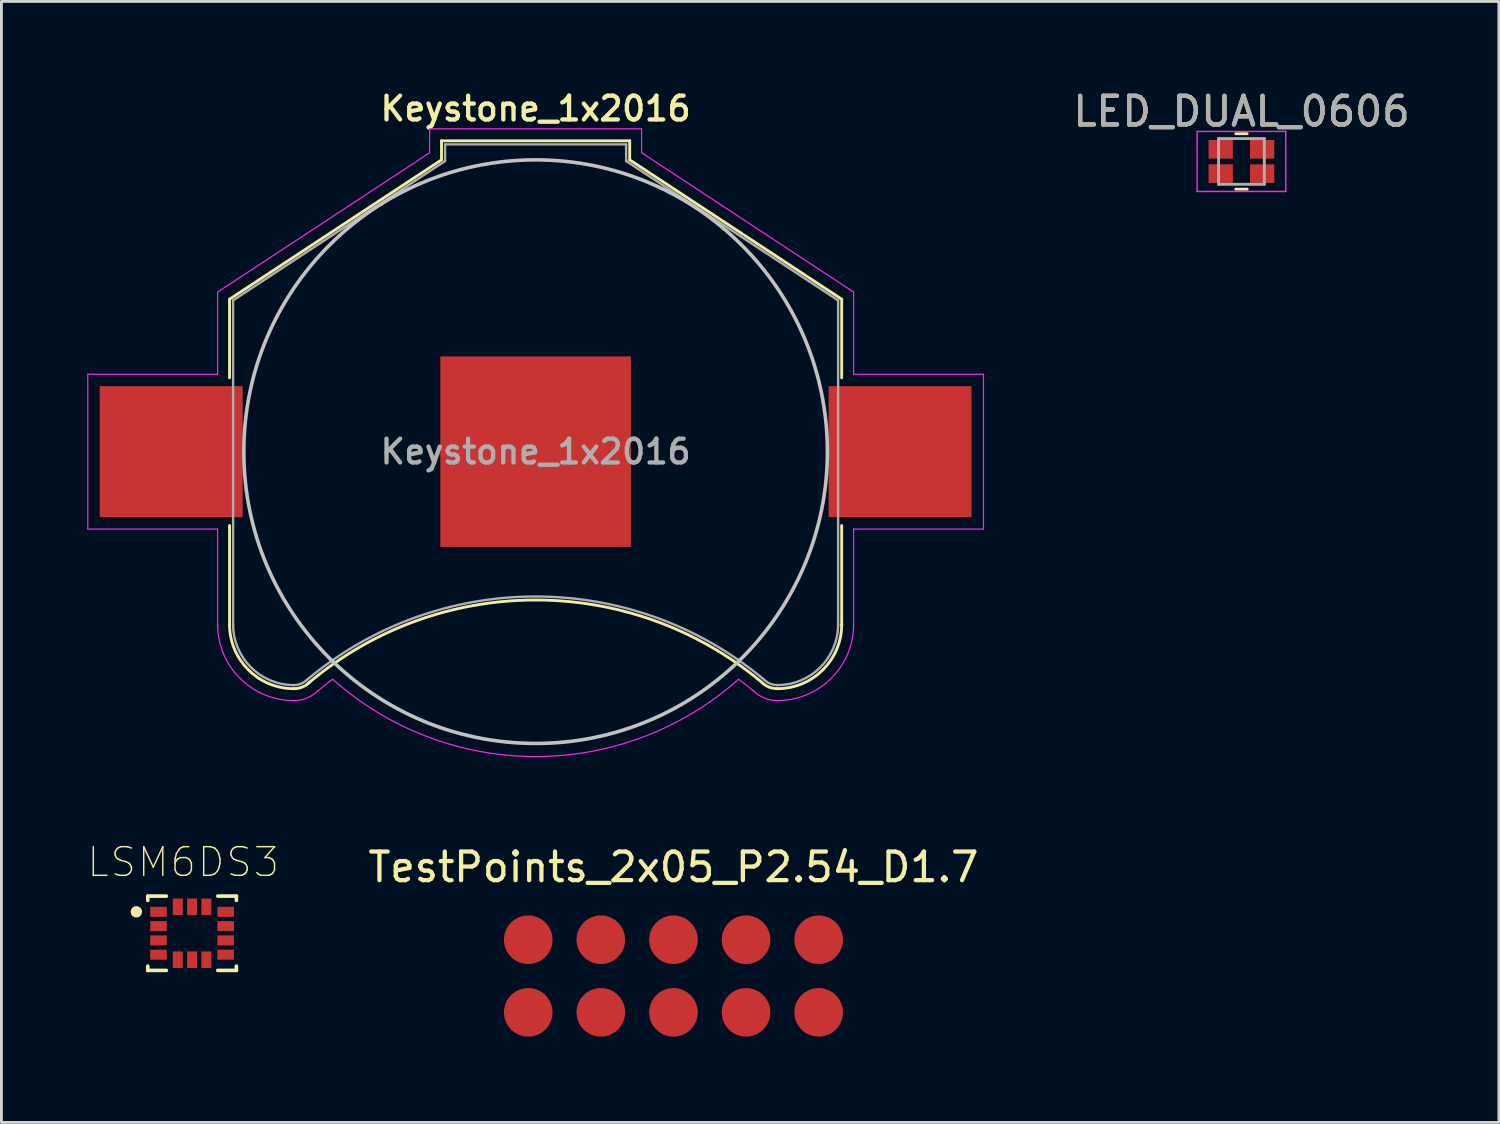
<source format=kicad_pcb>
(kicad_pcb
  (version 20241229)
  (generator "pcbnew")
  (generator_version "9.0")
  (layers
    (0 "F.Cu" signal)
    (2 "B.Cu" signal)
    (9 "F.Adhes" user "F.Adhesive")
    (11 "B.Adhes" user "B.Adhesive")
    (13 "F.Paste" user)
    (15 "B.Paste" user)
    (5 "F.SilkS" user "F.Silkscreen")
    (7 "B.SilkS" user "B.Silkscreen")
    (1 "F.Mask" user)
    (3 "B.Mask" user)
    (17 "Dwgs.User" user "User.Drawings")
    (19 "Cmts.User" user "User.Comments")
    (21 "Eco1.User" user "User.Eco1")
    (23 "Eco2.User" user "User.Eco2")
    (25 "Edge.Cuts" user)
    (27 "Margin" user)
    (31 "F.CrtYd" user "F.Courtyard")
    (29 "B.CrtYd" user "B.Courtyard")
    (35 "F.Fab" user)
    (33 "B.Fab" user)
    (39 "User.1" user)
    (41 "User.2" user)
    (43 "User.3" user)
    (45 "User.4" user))
  (footprint "LSM6DS3"
    (layer "F.Cu")
    (at 3.67 29.599)
    (property "Reference" "LSM6DS3" (at -0.31 -2.488 0) (layer "F.SilkS") (effects (font (size 1.001 1.001) (thickness 0.05))))
    (attr smd)
    (fp_line (start -1.55 -1.3) (end -1.55 -1.15) (stroke (width 0.127) (type solid)) (layer "F.SilkS"))
    (fp_line (start -1.55 1.15) (end -1.55 1.3) (stroke (width 0.127) (type solid)) (layer "F.SilkS"))
    (fp_line (start -1.55 1.3) (end -0.9 1.3) (stroke (width 0.127) (type solid)) (layer "F.SilkS"))
    (fp_line (start -0.9 -1.3) (end -1.55 -1.3) (stroke (width 0.127) (type solid)) (layer "F.SilkS"))
    (fp_line (start 0.9 -1.3) (end 1.55 -1.3) (stroke (width 0.127) (type solid)) (layer "F.SilkS"))
    (fp_line (start 1.55 -1.3) (end 1.55 -1.15) (stroke (width 0.127) (type solid)) (layer "F.SilkS"))
    (fp_line (start 1.55 1.15) (end 1.55 1.3) (stroke (width 0.127) (type solid)) (layer "F.SilkS"))
    (fp_line (start 1.55 1.3) (end 0.9 1.3) (stroke (width 0.127) (type solid)) (layer "F.SilkS"))
    (fp_circle (center -1.95 -0.75) (end -1.85 -0.75) (stroke (width 0.2) (type solid)) (fill no) (layer "F.SilkS"))
    (fp_line (start -1.8 -1.55) (end 1.8 -1.55) (stroke (width 0.05) (type solid)) (layer "Eco1.User"))
    (fp_line (start -1.8 1.55) (end -1.8 -1.55) (stroke (width 0.05) (type solid)) (layer "Eco1.User"))
    (fp_line (start 1.8 -1.55) (end 1.8 1.55) (stroke (width 0.05) (type solid)) (layer "Eco1.User"))
    (fp_line (start 1.8 1.55) (end -1.8 1.55) (stroke (width 0.05) (type solid)) (layer "Eco1.User"))
    (fp_line (start -1.55 -1.3) (end 1.55 -1.3) (stroke (width 0.127) (type solid)) (layer "Eco2.User"))
    (fp_line (start -1.55 1.3) (end -1.55 -1.3) (stroke (width 0.127) (type solid)) (layer "Eco2.User"))
    (fp_line (start 1.55 -1.3) (end 1.55 1.3) (stroke (width 0.127) (type solid)) (layer "Eco2.User"))
    (fp_line (start 1.55 1.3) (end -1.55 1.3) (stroke (width 0.127) (type solid)) (layer "Eco2.User"))
    (fp_circle (center -1.095 -0.75) (end -0.995 -0.75) (stroke (width 0.2) (type solid)) (fill no) (layer "Eco2.User"))
    (pad "1" smd rect (at -1.175 -0.75 180) (size 0.58 0.35) (layers "F.Cu" "F.Mask" "F.Paste"))
    (pad "2" smd rect (at -1.175 -0.25 180) (size 0.58 0.35) (layers "F.Cu" "F.Mask" "F.Paste"))
    (pad "3" smd rect (at -1.175 0.25 180) (size 0.58 0.35) (layers "F.Cu" "F.Mask" "F.Paste"))
    (pad "4" smd rect (at -1.175 0.75 180) (size 0.58 0.35) (layers "F.Cu" "F.Mask" "F.Paste"))
    (pad "5" smd rect (at -0.5 0.925 90) (size 0.58 0.35) (layers "F.Cu" "F.Mask" "F.Paste"))
    (pad "6" smd rect (at 0 0.925 90) (size 0.58 0.35) (layers "F.Cu" "F.Mask" "F.Paste"))
    (pad "7" smd rect (at 0.5 0.925 90) (size 0.58 0.35) (layers "F.Cu" "F.Mask" "F.Paste"))
    (pad "8" smd rect (at 1.175 0.75 180) (size 0.58 0.35) (layers "F.Cu" "F.Mask" "F.Paste"))
    (pad "9" smd rect (at 1.175 0.25 180) (size 0.58 0.35) (layers "F.Cu" "F.Mask" "F.Paste"))
    (pad "10" smd rect (at 1.175 -0.25 180) (size 0.58 0.35) (layers "F.Cu" "F.Mask" "F.Paste"))
    (pad "11" smd rect (at 1.175 -0.75 180) (size 0.58 0.35) (layers "F.Cu" "F.Mask" "F.Paste"))
    (pad "12" smd rect (at 0.5 -0.925 90) (size 0.58 0.35) (layers "F.Cu" "F.Mask" "F.Paste"))
    (pad "13" smd rect (at 0 -0.925 90) (size 0.58 0.35) (layers "F.Cu" "F.Mask" "F.Paste"))
    (pad "14" smd rect (at -0.5 -0.925 90) (size 0.58 0.35) (layers "F.Cu" "F.Mask" "F.Paste")))
  (footprint "Keystone_1x2016"
    (layer "F.Cu")
    (at 15.688 12.751)
    (property "Reference" "Keystone_1x2016" (at 0 -12 0) (layer "F.SilkS") (effects (font (size 0.833 0.833) (thickness 0.15))))
    (attr smd)
    (fp_line (start -10.708 -5.333) (end -10.708 -2.583) (stroke (width 0.1) (type solid)) (layer "F.SilkS"))
    (fp_line (start -10.708 2.583) (end -10.708 6.083) (stroke (width 0.1) (type solid)) (layer "F.SilkS"))
    (fp_line (start -3.292 -10.875) (end -3.292 -10.208) (stroke (width 0.1) (type solid)) (layer "F.SilkS"))
    (fp_line (start -3.292 -10.875) (end 3.292 -10.875) (stroke (width 0.1) (type solid)) (layer "F.SilkS"))
    (fp_line (start -3.292 -10.208) (end -10.708 -5.333) (stroke (width 0.1) (type solid)) (layer "F.SilkS"))
    (fp_line (start 3.292 -10.875) (end 3.292 -10.208) (stroke (width 0.1) (type solid)) (layer "F.SilkS"))
    (fp_line (start 3.292 -10.208) (end 10.708 -5.333) (stroke (width 0.1) (type solid)) (layer "F.SilkS"))
    (fp_line (start 10.708 -5.333) (end 10.708 -2.583) (stroke (width 0.1) (type solid)) (layer "F.SilkS"))
    (fp_line (start 10.708 2.583) (end 10.708 6.083) (stroke (width 0.1) (type solid)) (layer "F.SilkS"))
    (fp_arc (start -8.458333 8.291667) (mid -10.049323 7.632657) (end -10.708333 6.041667) (stroke (width 0.1) (type solid)) (layer "F.SilkS"))
    (fp_arc (start -7.958333 8.108333) (mid -0.05959 5.190048) (end 7.867036 8.031726) (stroke (width 0.1) (type solid)) (layer "F.SilkS"))
    (fp_arc (start -7.89854 8.059793) (mid -8.155375 8.231405) (end -8.458333 8.291667) (stroke (width 0.1) (type solid)) (layer "F.SilkS"))
    (fp_arc (start 8.458333 8.291667) (mid 8.155375 8.231405) (end 7.89854 8.059793) (stroke (width 0.1) (type solid)) (layer "F.SilkS"))
    (fp_arc (start 10.708333 6.041667) (mid 10.049323 7.632657) (end 8.458333 8.291667) (stroke (width 0.1) (type solid)) (layer "F.SilkS"))
    (fp_circle (center 0 0) (end 10.208 0) (stroke (width 0.125) (type solid)) (fill no) (layer "Dwgs.User"))
    (fp_line (start -15.667 -2.708) (end -15.667 2.708) (stroke (width 0.042) (type solid)) (layer "F.CrtYd"))
    (fp_line (start -15.667 2.708) (end -11.125 2.708) (stroke (width 0.042) (type solid)) (layer "F.CrtYd"))
    (fp_line (start -11.125 -5.583) (end -11.125 -2.708) (stroke (width 0.042) (type solid)) (layer "F.CrtYd"))
    (fp_line (start -11.125 -2.708) (end -15.667 -2.708) (stroke (width 0.042) (type solid)) (layer "F.CrtYd"))
    (fp_line (start -11.125 2.708) (end -11.125 6.083) (stroke (width 0.042) (type solid)) (layer "F.CrtYd"))
    (fp_line (start -3.708 -11.292) (end -3.708 -10.458) (stroke (width 0.042) (type solid)) (layer "F.CrtYd"))
    (fp_line (start -3.708 -11.292) (end 3.708 -11.292) (stroke (width 0.042) (type solid)) (layer "F.CrtYd"))
    (fp_line (start -3.708 -10.458) (end -11.125 -5.583) (stroke (width 0.042) (type solid)) (layer "F.CrtYd"))
    (fp_line (start 3.708 -11.292) (end 3.708 -10.458) (stroke (width 0.042) (type solid)) (layer "F.CrtYd"))
    (fp_line (start 3.708 -10.458) (end 11.125 -5.583) (stroke (width 0.042) (type solid)) (layer "F.CrtYd"))
    (fp_line (start 11.125 -5.583) (end 11.125 -2.708) (stroke (width 0.042) (type solid)) (layer "F.CrtYd"))
    (fp_line (start 11.125 -2.708) (end 15.667 -2.708) (stroke (width 0.042) (type solid)) (layer "F.CrtYd"))
    (fp_line (start 11.125 2.708) (end 11.125 6.083) (stroke (width 0.042) (type solid)) (layer "F.CrtYd"))
    (fp_line (start 15.667 -2.708) (end 15.667 2.708) (stroke (width 0.042) (type solid)) (layer "F.CrtYd"))
    (fp_line (start 15.667 2.708) (end 11.125 2.708) (stroke (width 0.042) (type solid)) (layer "F.CrtYd"))
    (fp_arc (start -8.458333 8.708333) (mid -10.343951 7.927285) (end -11.124999 6.041667) (stroke (width 0.041667) (type solid)) (layer "F.CrtYd"))
    (fp_arc (start -7.625 8.375) (mid -7.367242 8.165655) (end -7.10374 7.963589) (stroke (width 0.041667) (type solid)) (layer "F.CrtYd"))
    (fp_arc (start -7.603913 8.35442) (mid -7.995924 8.616354) (end -8.458333 8.708333) (stroke (width 0.041667) (type solid)) (layer "F.CrtYd"))
    (fp_arc (start 0 10.666667) (mid -3.796508 9.968165) (end -7.095791 7.964141) (stroke (width 0.041667) (type solid)) (layer "F.CrtYd"))
    (fp_arc (start 7.095791 7.964141) (mid 3.796508 9.968165) (end 0 10.666667) (stroke (width 0.041667) (type solid)) (layer "F.CrtYd"))
    (fp_arc (start 7.10374 7.963589) (mid 7.367242 8.165655) (end 7.625 8.375) (stroke (width 0.041667) (type solid)) (layer "F.CrtYd"))
    (fp_arc (start 8.458333 8.708333) (mid 7.995924 8.616354) (end 7.603913 8.35442) (stroke (width 0.041667) (type solid)) (layer "F.CrtYd"))
    (fp_arc (start 11.124999 6.041667) (mid 10.343951 7.927285) (end 8.458333 8.708333) (stroke (width 0.041667) (type solid)) (layer "F.CrtYd"))
    (fp_line (start -10.583 -5.292) (end -10.583 6.083) (stroke (width 0.083) (type solid)) (layer "F.Fab"))
    (fp_line (start -3.167 -10.75) (end -3.167 -10.167) (stroke (width 0.083) (type solid)) (layer "F.Fab"))
    (fp_line (start -3.167 -10.75) (end 3.167 -10.75) (stroke (width 0.083) (type solid)) (layer "F.Fab"))
    (fp_line (start -3.167 -10.167) (end -10.583 -5.292) (stroke (width 0.083) (type solid)) (layer "F.Fab"))
    (fp_line (start 3.167 -10.75) (end 3.167 -10.167) (stroke (width 0.083) (type solid)) (layer "F.Fab"))
    (fp_line (start 3.167 -10.167) (end 10.583 -5.292) (stroke (width 0.083) (type solid)) (layer "F.Fab"))
    (fp_line (start 10.583 -5.292) (end 10.583 6.083) (stroke (width 0.083) (type solid)) (layer "F.Fab"))
    (fp_arc (start -8.458333 8.166667) (mid -9.960935 7.544269) (end -10.583333 6.041667) (stroke (width 0.083333) (type solid)) (layer "F.Fab"))
    (fp_arc (start -8 7.983333) (mid -0.01116 5.067509) (end 7.982902 7.968986) (stroke (width 0.083333) (type solid)) (layer "F.Fab"))
    (fp_arc (start -7.986928 7.971405) (mid -8.20321 8.11592) (end -8.458333 8.166667) (stroke (width 0.083333) (type solid)) (layer "F.Fab"))
    (fp_arc (start 8.458333 8.166667) (mid 8.203211 8.11592) (end 7.986928 7.971405) (stroke (width 0.083333) (type solid)) (layer "F.Fab"))
    (fp_arc (start 10.583333 6.041667) (mid 9.960935 7.544269) (end 8.458333 8.166667) (stroke (width 0.083333) (type solid)) (layer "F.Fab"))
    (fp_text user "${REFERENCE}" (at 0 0 0) (layer "F.Fab") (effects (font (size 0.833 0.833) (thickness 0.15))))
    (pad "1" smd rect (at -12.75 0) (size 5 4.583) (layers "F.Cu" "F.Mask" "F.Paste"))
    (pad "1" smd rect (at 12.75 0) (size 5 4.583) (layers "F.Cu" "F.Mask" "F.Paste"))
    (pad "2" smd rect (at 0 0) (size 6.667 6.667) (layers "F.Cu" "F.Mask")))
  (footprint "TestPoints_2x05_P2.54_D1.7"
    (layer "F.Cu")
    (at 20.51 31.096)
    (property "Reference" "TestPoints_2x05_P2.54_D1.7" (at 0 -3.81 0) (layer "F.SilkS") (effects (font (size 1 1) (thickness 0.15))))
    (attr through_hole)
    (pad "1" smd circle (at -5.08 1.27) (size 1.7 1.7) (layers "F.Cu" "F.Mask"))
    (pad "2" smd circle (at -5.08 -1.27) (size 1.7 1.7) (layers "F.Cu" "F.Mask"))
    (pad "3" smd circle (at -2.54 1.27) (size 1.7 1.7) (layers "F.Cu" "F.Mask"))
    (pad "4" smd circle (at -2.54 -1.27) (size 1.7 1.7) (layers "F.Cu" "F.Mask"))
    (pad "5" smd circle (at 0 1.27) (size 1.7 1.7) (layers "F.Cu" "F.Mask"))
    (pad "6" smd circle (at 0 -1.27) (size 1.7 1.7) (layers "F.Cu" "F.Mask"))
    (pad "7" smd circle (at 2.54 1.27) (size 1.7 1.7) (layers "F.Cu" "F.Mask"))
    (pad "8" smd circle (at 2.54 -1.27) (size 1.7 1.7) (layers "F.Cu" "F.Mask"))
    (pad "9" smd circle (at 5.08 1.27) (size 1.7 1.7) (layers "F.Cu" "F.Mask"))
    (pad "10" smd circle (at 5.08 -1.27) (size 1.7 1.7) (layers "F.Cu" "F.Mask")))
  (footprint "LED_DUAL_0606"
    (layer "F.Cu")
    (at 40.381 2.598)
    (property "Reference" "LED_DUAL_0606" (at 0 -1.75 0) (layer "F.SilkS") (effects (font (size 1 1) (thickness 0.15))))
    (attr smd)
    (fp_line (start 0.2 -0.97) (end -0.2 -0.97) (stroke (width 0.1) (type solid)) (layer "F.SilkS"))
    (fp_line (start 0.2 0.97) (end -0.2 0.97) (stroke (width 0.1) (type solid)) (layer "F.SilkS"))
    (fp_line (start -1.55 -1.05) (end -1.55 1.05) (stroke (width 0.05) (type solid)) (layer "F.CrtYd"))
    (fp_line (start -1.55 -1.05) (end 1.55 -1.05) (stroke (width 0.05) (type solid)) (layer "F.CrtYd"))
    (fp_line (start 1.55 1.05) (end -1.55 1.05) (stroke (width 0.05) (type solid)) (layer "F.CrtYd"))
    (fp_line (start 1.55 1.05) (end 1.55 -1.05) (stroke (width 0.05) (type solid)) (layer "F.CrtYd"))
    (fp_line (start -0.8 -0.8) (end 0.8 -0.8) (stroke (width 0.1) (type solid)) (layer "F.Fab"))
    (fp_line (start -0.8 0.8) (end -0.8 -0.8) (stroke (width 0.1) (type solid)) (layer "F.Fab"))
    (fp_line (start 0.8 -0.8) (end 0.8 0.8) (stroke (width 0.1) (type solid)) (layer "F.Fab"))
    (fp_line (start 0.8 0.8) (end -0.8 0.8) (stroke (width 0.1) (type solid)) (layer "F.Fab"))
    (fp_text user "${REFERENCE}" (at 0 -1.75 0) (layer "F.Fab") (effects (font (size 1 1) (thickness 0.15))))
    (pad "1" smd rect (at -0.725 -0.425) (size 0.85 0.65) (layers "F.Cu" "F.Mask" "F.Paste"))
    (pad "2" smd rect (at -0.725 0.425) (size 0.85 0.65) (layers "F.Cu" "F.Mask" "F.Paste"))
    (pad "3" smd rect (at 0.725 -0.425) (size 0.85 0.65) (layers "F.Cu" "F.Mask" "F.Paste"))
    (pad "4" smd rect (at 0.725 0.425) (size 0.85 0.65) (layers "F.Cu" "F.Mask" "F.Paste")))
  (gr_rect
    (start -3 -3)
    (end 49.387 36.217)
    (stroke (width 0.1) (type default))
    (fill no)
    (layer "Edge.Cuts")))
</source>
